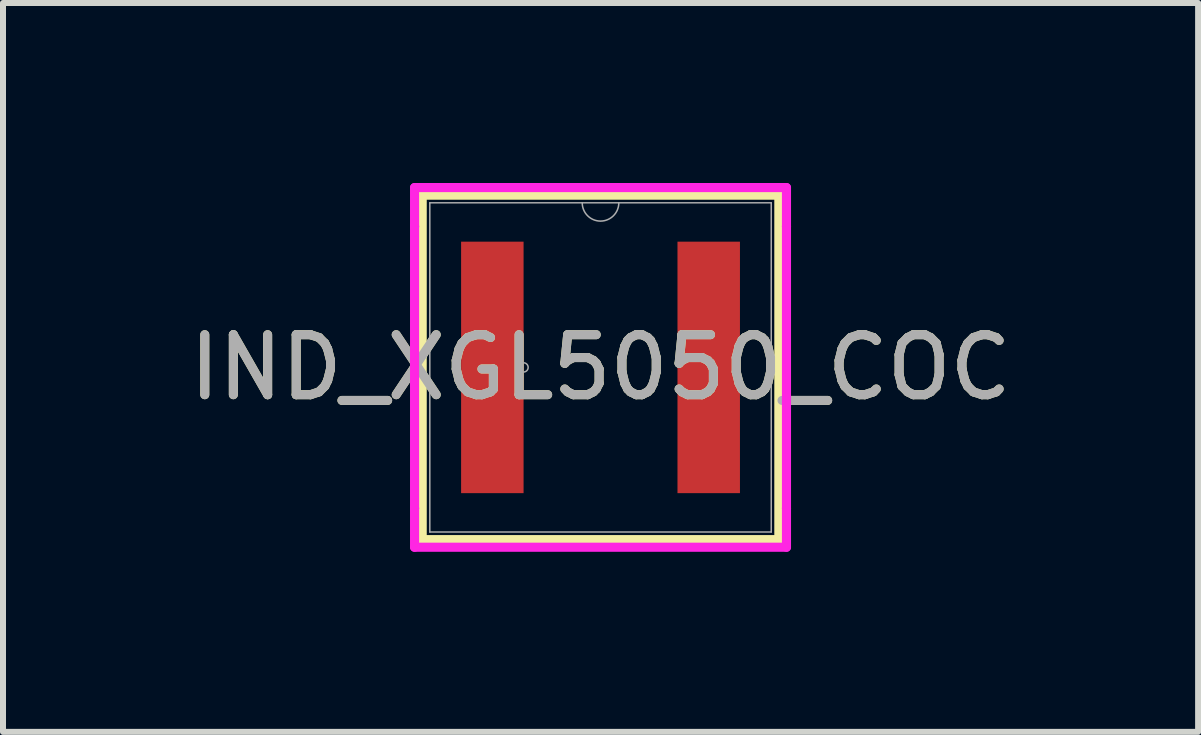
<source format=kicad_pcb>
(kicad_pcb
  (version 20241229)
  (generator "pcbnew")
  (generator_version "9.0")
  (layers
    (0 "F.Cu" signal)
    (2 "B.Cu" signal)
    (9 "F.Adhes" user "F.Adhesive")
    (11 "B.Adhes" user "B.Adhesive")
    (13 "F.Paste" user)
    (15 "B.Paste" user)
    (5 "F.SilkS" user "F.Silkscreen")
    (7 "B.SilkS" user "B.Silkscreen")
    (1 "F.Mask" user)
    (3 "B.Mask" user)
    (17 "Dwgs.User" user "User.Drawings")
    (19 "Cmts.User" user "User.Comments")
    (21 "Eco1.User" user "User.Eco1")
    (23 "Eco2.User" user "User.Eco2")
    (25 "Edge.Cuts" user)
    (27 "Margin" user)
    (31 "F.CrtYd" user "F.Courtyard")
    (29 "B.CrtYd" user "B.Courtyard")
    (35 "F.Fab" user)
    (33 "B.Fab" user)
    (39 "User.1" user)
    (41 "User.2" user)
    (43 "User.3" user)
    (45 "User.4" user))
  (footprint "IND_XGL5050_COC"
    (layer "F.Cu")
    (at 6.958 3.073)
    (property "Reference" "IND_XGL5050_COC" (at 0 0 0) (unlocked yes) (layer "F.SilkS") (effects (font (size 1 1) (thickness 0.15))))
    (attr smd)
    (fp_line (start -2.972 -2.87) (end -2.972 2.87) (stroke (width 0.152) (type solid)) (layer "F.SilkS"))
    (fp_line (start -2.972 2.87) (end 2.972 2.87) (stroke (width 0.152) (type solid)) (layer "F.SilkS"))
    (fp_line (start 2.972 -2.87) (end -2.972 -2.87) (stroke (width 0.152) (type solid)) (layer "F.SilkS"))
    (fp_line (start 2.972 2.87) (end 2.972 -2.87) (stroke (width 0.152) (type solid)) (layer "F.SilkS"))
    (fp_line (start -3.099 -2.997) (end 3.099 -2.997) (stroke (width 0.152) (type solid)) (layer "F.CrtYd"))
    (fp_line (start -3.099 -2.349) (end -3.099 -2.997) (stroke (width 0.152) (type solid)) (layer "F.CrtYd"))
    (fp_line (start -3.099 -2.349) (end -3.099 -2.349) (stroke (width 0.152) (type solid)) (layer "F.CrtYd"))
    (fp_line (start -3.099 2.349) (end -3.099 -2.349) (stroke (width 0.152) (type solid)) (layer "F.CrtYd"))
    (fp_line (start -3.099 2.349) (end -3.099 2.349) (stroke (width 0.152) (type solid)) (layer "F.CrtYd"))
    (fp_line (start -3.099 2.997) (end -3.099 2.349) (stroke (width 0.152) (type solid)) (layer "F.CrtYd"))
    (fp_line (start 3.099 -2.997) (end 3.099 -2.349) (stroke (width 0.152) (type solid)) (layer "F.CrtYd"))
    (fp_line (start 3.099 -2.349) (end 3.099 -2.349) (stroke (width 0.152) (type solid)) (layer "F.CrtYd"))
    (fp_line (start 3.099 -2.349) (end 3.099 2.349) (stroke (width 0.152) (type solid)) (layer "F.CrtYd"))
    (fp_line (start 3.099 2.349) (end 3.099 2.349) (stroke (width 0.152) (type solid)) (layer "F.CrtYd"))
    (fp_line (start 3.099 2.349) (end 3.099 2.997) (stroke (width 0.152) (type solid)) (layer "F.CrtYd"))
    (fp_line (start 3.099 2.997) (end -3.099 2.997) (stroke (width 0.152) (type solid)) (layer "F.CrtYd"))
    (fp_line (start -2.845 -2.743) (end -2.845 2.743) (stroke (width 0.025) (type solid)) (layer "F.Fab"))
    (fp_line (start -2.845 2.743) (end 2.845 2.743) (stroke (width 0.025) (type solid)) (layer "F.Fab"))
    (fp_line (start 2.845 -2.743) (end -2.845 -2.743) (stroke (width 0.025) (type solid)) (layer "F.Fab"))
    (fp_line (start 2.845 2.743) (end 2.845 -2.743) (stroke (width 0.025) (type solid)) (layer "F.Fab"))
    (fp_arc (start 0.3048 -2.7432) (mid 0 -2.4384) (end -0.3048 -2.7432) (stroke (width 0.0254) (type solid)) (layer "F.Fab"))
    (fp_circle (center -1.283 0) (end -1.206 0) (stroke (width 0.025) (type solid)) (fill no) (layer "F.Fab"))
    (fp_text user "${REFERENCE}" (at 0 0 0) (unlocked yes) (layer "F.Fab") (effects (font (size 1 1) (thickness 0.15))))
    (pad "1" smd rect (at -1.803 0) (size 1.041 4.191) (layers "F.Cu" "F.Mask" "F.Paste"))
    (pad "2" smd rect (at 1.803 0) (size 1.041 4.191) (layers "F.Cu" "F.Mask" "F.Paste")))
  (gr_rect
    (start -3 -3)
    (end 16.917 9.147)
    (stroke (width 0.1) (type default))
    (fill no)
    (layer "Edge.Cuts")))
</source>
